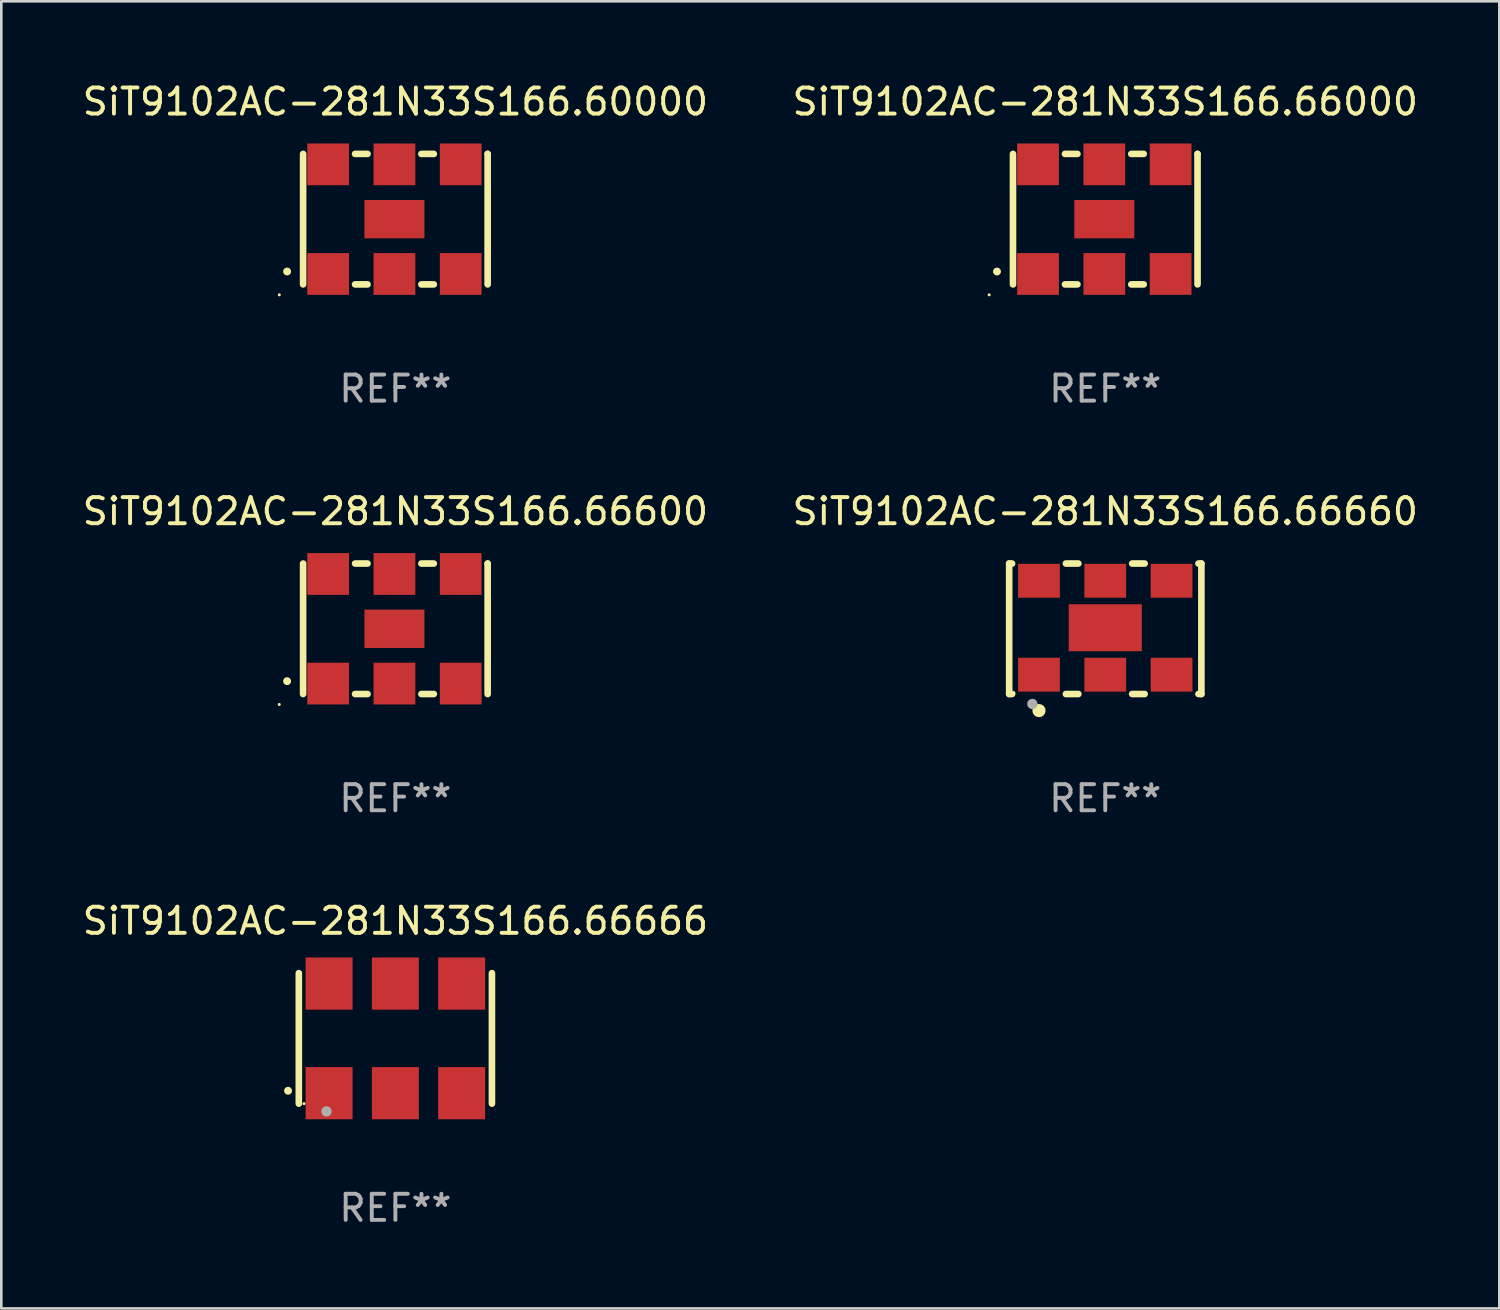
<source format=kicad_pcb>
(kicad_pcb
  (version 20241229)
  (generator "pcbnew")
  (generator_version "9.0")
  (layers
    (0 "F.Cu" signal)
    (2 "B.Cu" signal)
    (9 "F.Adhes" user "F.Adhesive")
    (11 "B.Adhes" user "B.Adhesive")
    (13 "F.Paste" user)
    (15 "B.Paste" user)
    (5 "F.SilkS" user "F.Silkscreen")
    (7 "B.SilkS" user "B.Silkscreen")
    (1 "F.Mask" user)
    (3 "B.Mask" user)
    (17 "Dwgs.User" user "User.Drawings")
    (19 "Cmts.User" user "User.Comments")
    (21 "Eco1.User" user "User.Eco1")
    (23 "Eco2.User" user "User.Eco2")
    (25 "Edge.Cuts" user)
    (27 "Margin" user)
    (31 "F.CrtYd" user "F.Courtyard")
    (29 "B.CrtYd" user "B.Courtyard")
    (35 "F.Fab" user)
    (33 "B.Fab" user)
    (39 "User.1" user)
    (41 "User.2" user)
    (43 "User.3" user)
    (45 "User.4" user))
  (footprint "SiT9102AC-281N33S166.66666"
    (layer "F.Cu")
    (at 12.101 36.741)
    (property "Reference" "SiT9102AC-281N33S166.66666" (at 0 -4.5 0) (layer "F.SilkS") (effects (font (size 1 1) (thickness 0.15))))
    (attr through_hole)
    (fp_line (start -3.7 -2.5) (end -3.7 2.5) (stroke (width 0.254) (type solid)) (layer "F.SilkS"))
    (fp_line (start 3.7 -2.5) (end 3.7 2.5) (stroke (width 0.254) (type solid)) (layer "F.SilkS"))
    (fp_arc (start -4.114415 2.006604) (mid -4.113145 2.006599) (end -4.111875 2.006604) (stroke (width 0.3) (type solid)) (layer "F.SilkS"))
    (fp_circle (center -3.5 2.501) (end -3.47 2.501) (stroke (width 0.06) (type solid)) (fill no) (layer "F.SilkS"))
    (fp_circle (center -2.641 2.799) (end -2.541 2.799) (stroke (width 0.2) (type solid)) (fill no) (layer "F.Fab"))
    (fp_text user "REF**" (at 0 6.5 0) (layer "F.Fab") (effects (font (size 1 1) (thickness 0.15))))
    (pad "1" smd rect (at -2.54 2.1) (size 1.8 2) (layers "F.Cu" "F.Mask" "F.Paste"))
    (pad "2" smd rect (at 0.000394 2.1) (size 1.8 2) (layers "F.Cu" "F.Mask" "F.Paste"))
    (pad "3" smd rect (at 2.54 2.1) (size 1.8 2) (layers "F.Cu" "F.Mask" "F.Paste"))
    (pad "4" smd rect (at 2.54 -2.1) (size 1.8 2) (layers "F.Cu" "F.Mask" "F.Paste"))
    (pad "5" smd rect (at 0.000394 -2.1) (size 1.8 2) (layers "F.Cu" "F.Mask" "F.Paste"))
    (pad "6" smd rect (at -2.54 -2.1) (size 1.8 2) (layers "F.Cu" "F.Mask" "F.Paste")))
  (footprint "SiT9102AC-281N33S166.60000"
    (layer "F.Cu")
    (at 12.101 5.348)
    (property "Reference" "SiT9102AC-281N33S166.60000" (at 0 -4.5 0) (layer "F.SilkS") (effects (font (size 1 1) (thickness 0.15))))
    (attr through_hole)
    (fp_line (start -3.536 -2.5) (end -3.536 2.5) (stroke (width 0.254) (type solid)) (layer "F.SilkS"))
    (fp_line (start -1.544 2.5) (end -1.067 2.5) (stroke (width 0.254) (type solid)) (layer "F.SilkS"))
    (fp_line (start -1.067 -2.5) (end -1.544 -2.5) (stroke (width 0.254) (type solid)) (layer "F.SilkS"))
    (fp_line (start 0.996 2.5) (end 1.473 2.5) (stroke (width 0.254) (type solid)) (layer "F.SilkS"))
    (fp_line (start 1.473 -2.5) (end 0.996 -2.5) (stroke (width 0.254) (type solid)) (layer "F.SilkS"))
    (fp_line (start 3.536 -2.5) (end 3.536 -2.5) (stroke (width 0.254) (type solid)) (layer "F.SilkS"))
    (fp_line (start 3.536 2.5) (end 3.536 -2.5) (stroke (width 0.254) (type solid)) (layer "F.SilkS"))
    (fp_arc (start -4.150432 2.006604) (mid -4.149162 2.006599) (end -4.147892 2.006604) (stroke (width 0.3) (type solid)) (layer "F.SilkS"))
    (fp_circle (center -4.449 2.9) (end -4.419 2.9) (stroke (width 0.06) (type solid)) (fill no) (layer "F.SilkS"))
    (fp_text user "REF**" (at 0 6.5 0) (layer "F.Fab") (effects (font (size 1 1) (thickness 0.15))))
    (pad "1" smd rect (at -2.576 2.1) (size 1.6 1.6) (layers "F.Cu" "F.Mask" "F.Paste"))
    (pad "2" smd rect (at -0.036 2.1) (size 1.6 1.6) (layers "F.Cu" "F.Mask" "F.Paste"))
    (pad "3" smd rect (at 2.504 2.1) (size 1.6 1.6) (layers "F.Cu" "F.Mask" "F.Paste"))
    (pad "4" smd rect (at 2.504 -2.1) (size 1.6 1.6) (layers "F.Cu" "F.Mask" "F.Paste"))
    (pad "5" smd rect (at -0.036 -2.1) (size 1.6 1.6) (layers "F.Cu" "F.Mask" "F.Paste"))
    (pad "6" smd rect (at -2.576 -2.1) (size 1.6 1.6) (layers "F.Cu" "F.Mask" "F.Paste"))
    (pad "7" smd rect (at -0.036 0) (size 2.3 1.47) (layers "F.Cu" "F.Mask" "F.Paste")))
  (footprint "SiT9102AC-281N33S166.66660"
    (layer "F.Cu")
    (at 39.304 21.045)
    (property "Reference" "SiT9102AC-281N33S166.66660" (at 0 -4.5 0) (layer "F.SilkS") (effects (font (size 1 1) (thickness 0.15))))
    (attr through_hole)
    (fp_line (start -3.683 -2.5) (end -3.571 -2.5) (stroke (width 0.254) (type solid)) (layer "F.SilkS"))
    (fp_line (start -3.683 2.5) (end -3.683 -2.5) (stroke (width 0.254) (type solid)) (layer "F.SilkS"))
    (fp_line (start -3.683 2.5) (end -3.571 2.5) (stroke (width 0.254) (type solid)) (layer "F.SilkS"))
    (fp_line (start -1.509 -2.5) (end -1.031 -2.5) (stroke (width 0.254) (type solid)) (layer "F.SilkS"))
    (fp_line (start -1.509 2.5) (end -1.031 2.5) (stroke (width 0.254) (type solid)) (layer "F.SilkS"))
    (fp_line (start 1.031 -2.5) (end 1.509 -2.5) (stroke (width 0.254) (type solid)) (layer "F.SilkS"))
    (fp_line (start 1.031 2.5) (end 1.509 2.5) (stroke (width 0.254) (type solid)) (layer "F.SilkS"))
    (fp_line (start 3.571 -2.5) (end 3.683 -2.5) (stroke (width 0.254) (type solid)) (layer "F.SilkS"))
    (fp_line (start 3.571 2.5) (end 3.683 2.5) (stroke (width 0.254) (type solid)) (layer "F.SilkS"))
    (fp_line (start 3.683 2.5) (end 3.683 -2.5) (stroke (width 0.254) (type solid)) (layer "F.SilkS"))
    (fp_circle (center -3.5 2.46) (end -3.47 2.46) (stroke (width 0.06) (type solid)) (fill no) (layer "F.SilkS"))
    (fp_circle (center -2.54 3.135) (end -2.413 3.135) (stroke (width 0.254) (type solid)) (fill no) (layer "F.SilkS"))
    (fp_circle (center -2.794 2.881) (end -2.694 2.881) (stroke (width 0.2) (type solid)) (fill no) (layer "F.Fab"))
    (fp_text user "REF**" (at 0 6.5 0) (layer "F.Fab") (effects (font (size 1 1) (thickness 0.15))))
    (pad "1" smd rect (at -2.54 1.76) (size 1.6 1.3) (layers "F.Cu" "F.Mask" "F.Paste"))
    (pad "2" smd rect (at 0 1.76) (size 1.6 1.3) (layers "F.Cu" "F.Mask" "F.Paste"))
    (pad "3" smd rect (at 2.54 1.76) (size 1.6 1.3) (layers "F.Cu" "F.Mask" "F.Paste"))
    (pad "4" smd rect (at 2.54 -1.84) (size 1.6 1.3) (layers "F.Cu" "F.Mask" "F.Paste"))
    (pad "5" smd rect (at 0 -1.84) (size 1.6 1.3) (layers "F.Cu" "F.Mask" "F.Paste"))
    (pad "6" smd rect (at -2.54 -1.84) (size 1.6 1.3) (layers "F.Cu" "F.Mask" "F.Paste"))
    (pad "7" smd rect (at 0 -0.04) (size 2.8 1.8) (layers "F.Cu" "F.Mask" "F.Paste")))
  (footprint "SiT9102AC-281N33S166.66000"
    (layer "F.Cu")
    (at 39.304 5.348)
    (property "Reference" "SiT9102AC-281N33S166.66000" (at 0 -4.5 0) (layer "F.SilkS") (effects (font (size 1 1) (thickness 0.15))))
    (attr through_hole)
    (fp_line (start -3.536 -2.5) (end -3.536 2.5) (stroke (width 0.254) (type solid)) (layer "F.SilkS"))
    (fp_line (start -1.544 2.5) (end -1.067 2.5) (stroke (width 0.254) (type solid)) (layer "F.SilkS"))
    (fp_line (start -1.067 -2.5) (end -1.544 -2.5) (stroke (width 0.254) (type solid)) (layer "F.SilkS"))
    (fp_line (start 0.996 2.5) (end 1.473 2.5) (stroke (width 0.254) (type solid)) (layer "F.SilkS"))
    (fp_line (start 1.473 -2.5) (end 0.996 -2.5) (stroke (width 0.254) (type solid)) (layer "F.SilkS"))
    (fp_line (start 3.536 -2.5) (end 3.536 -2.5) (stroke (width 0.254) (type solid)) (layer "F.SilkS"))
    (fp_line (start 3.536 2.5) (end 3.536 -2.5) (stroke (width 0.254) (type solid)) (layer "F.SilkS"))
    (fp_arc (start -4.150432 2.006604) (mid -4.149162 2.006599) (end -4.147892 2.006604) (stroke (width 0.3) (type solid)) (layer "F.SilkS"))
    (fp_circle (center -4.449 2.9) (end -4.419 2.9) (stroke (width 0.06) (type solid)) (fill no) (layer "F.SilkS"))
    (fp_text user "REF**" (at 0 6.5 0) (layer "F.Fab") (effects (font (size 1 1) (thickness 0.15))))
    (pad "1" smd rect (at -2.576 2.1) (size 1.6 1.6) (layers "F.Cu" "F.Mask" "F.Paste"))
    (pad "2" smd rect (at -0.036 2.1) (size 1.6 1.6) (layers "F.Cu" "F.Mask" "F.Paste"))
    (pad "3" smd rect (at 2.504 2.1) (size 1.6 1.6) (layers "F.Cu" "F.Mask" "F.Paste"))
    (pad "4" smd rect (at 2.504 -2.1) (size 1.6 1.6) (layers "F.Cu" "F.Mask" "F.Paste"))
    (pad "5" smd rect (at -0.036 -2.1) (size 1.6 1.6) (layers "F.Cu" "F.Mask" "F.Paste"))
    (pad "6" smd rect (at -2.576 -2.1) (size 1.6 1.6) (layers "F.Cu" "F.Mask" "F.Paste"))
    (pad "7" smd rect (at -0.036 0) (size 2.3 1.47) (layers "F.Cu" "F.Mask" "F.Paste")))
  (footprint "SiT9102AC-281N33S166.66600"
    (layer "F.Cu")
    (at 12.101 21.045)
    (property "Reference" "SiT9102AC-281N33S166.66600" (at 0 -4.5 0) (layer "F.SilkS") (effects (font (size 1 1) (thickness 0.15))))
    (attr through_hole)
    (fp_line (start -3.536 -2.5) (end -3.536 2.5) (stroke (width 0.254) (type solid)) (layer "F.SilkS"))
    (fp_line (start -1.544 2.5) (end -1.067 2.5) (stroke (width 0.254) (type solid)) (layer "F.SilkS"))
    (fp_line (start -1.067 -2.5) (end -1.544 -2.5) (stroke (width 0.254) (type solid)) (layer "F.SilkS"))
    (fp_line (start 0.996 2.5) (end 1.473 2.5) (stroke (width 0.254) (type solid)) (layer "F.SilkS"))
    (fp_line (start 1.473 -2.5) (end 0.996 -2.5) (stroke (width 0.254) (type solid)) (layer "F.SilkS"))
    (fp_line (start 3.536 -2.5) (end 3.536 -2.5) (stroke (width 0.254) (type solid)) (layer "F.SilkS"))
    (fp_line (start 3.536 2.5) (end 3.536 -2.5) (stroke (width 0.254) (type solid)) (layer "F.SilkS"))
    (fp_arc (start -4.150432 2.006604) (mid -4.149162 2.006599) (end -4.147892 2.006604) (stroke (width 0.3) (type solid)) (layer "F.SilkS"))
    (fp_circle (center -4.449 2.9) (end -4.419 2.9) (stroke (width 0.06) (type solid)) (fill no) (layer "F.SilkS"))
    (fp_text user "REF**" (at 0 6.5 0) (layer "F.Fab") (effects (font (size 1 1) (thickness 0.15))))
    (pad "1" smd rect (at -2.576 2.1) (size 1.6 1.6) (layers "F.Cu" "F.Mask" "F.Paste"))
    (pad "2" smd rect (at -0.036 2.1) (size 1.6 1.6) (layers "F.Cu" "F.Mask" "F.Paste"))
    (pad "3" smd rect (at 2.504 2.1) (size 1.6 1.6) (layers "F.Cu" "F.Mask" "F.Paste"))
    (pad "4" smd rect (at 2.504 -2.1) (size 1.6 1.6) (layers "F.Cu" "F.Mask" "F.Paste"))
    (pad "5" smd rect (at -0.036 -2.1) (size 1.6 1.6) (layers "F.Cu" "F.Mask" "F.Paste"))
    (pad "6" smd rect (at -2.576 -2.1) (size 1.6 1.6) (layers "F.Cu" "F.Mask" "F.Paste"))
    (pad "7" smd rect (at -0.036 0) (size 2.3 1.47) (layers "F.Cu" "F.Mask" "F.Paste")))
  (gr_rect
    (start -3 -3)
    (end 54.405 47.09)
    (stroke (width 0.1) (type default))
    (fill no)
    (layer "Edge.Cuts")))
</source>
